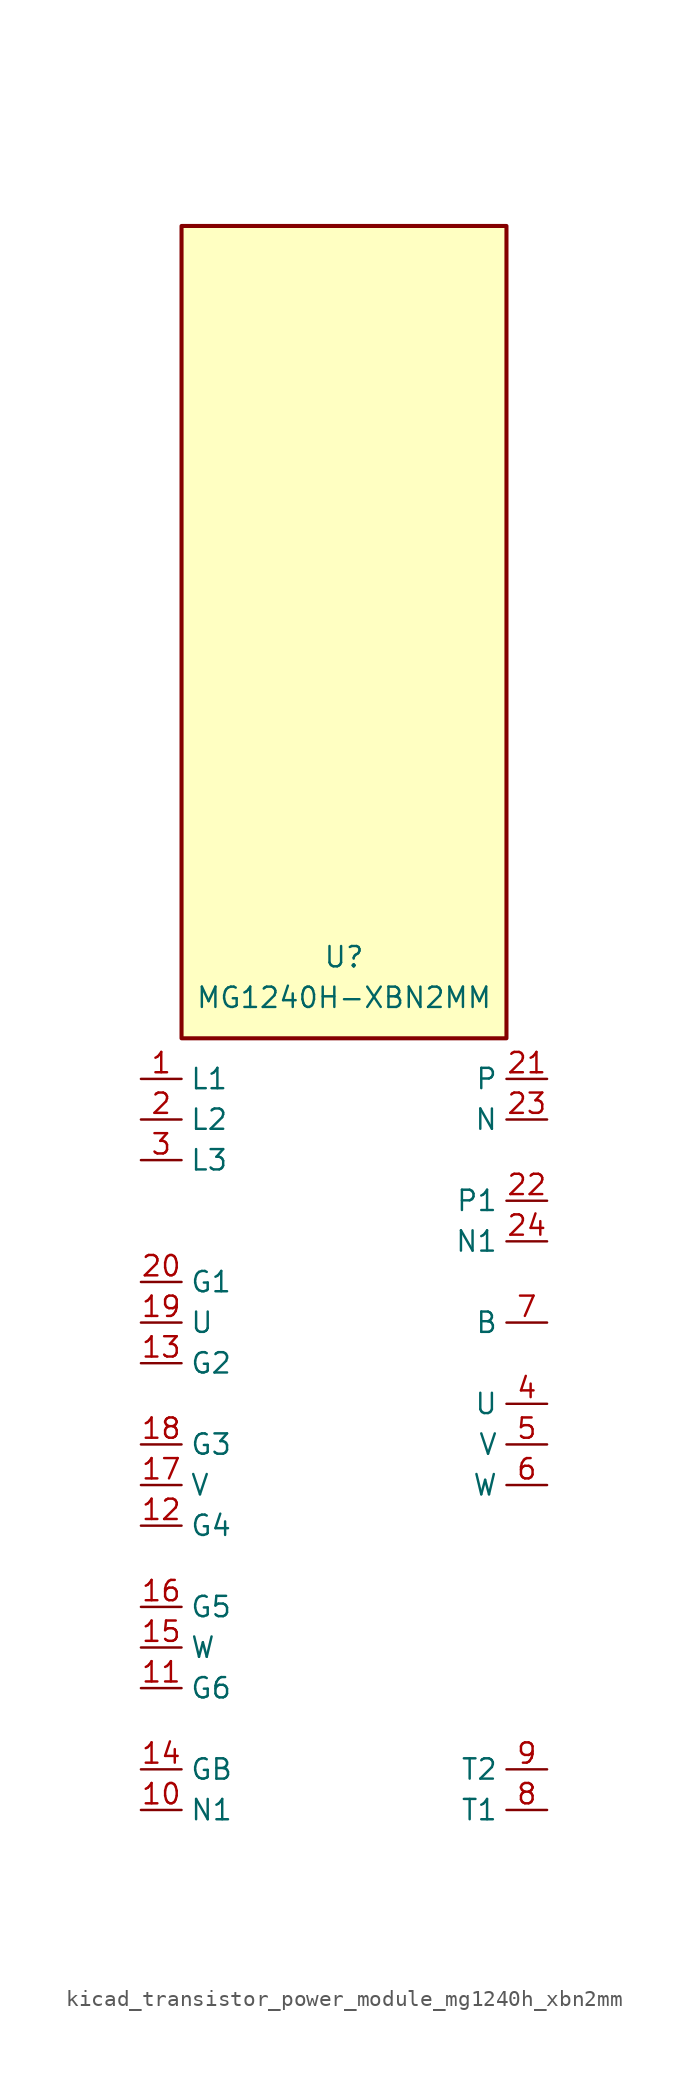
<source format=kicad_sym>
(kicad_symbol_lib
  (version 20220914)
  (generator kicad_symbol_editor)
  (symbol "kicad_transistor_power_module_mg1240h_xbn2mm"
    (property "Reference" "U"
      (at 0 30.48 0)
      (effects (font (size 1.27 1.27))))
    (property "Value" "MG1240H-XBN2MM"
      (at 0 27.94 0)
      (effects (font (size 1.27 1.27))))
    (symbol "kicad_transistor_power_module_mg1240h_xbn2mm_1_1"
      (rectangle (start 10.16 76.2) (end -10.16 25.4) (stroke (width 0.254) (type default)) (fill (type background)))
      (pin passive line (at -12.7 22.86 0) (length 2.54) (name "L1" (effects (font (size 1.27 1.27)))) (number "1" (effects (font (size 1.27 1.27)))))
      (pin passive line (at -12.7 -22.86 0) (length 2.54) (name "N1" (effects (font (size 1.27 1.27)))) (number "10" (effects (font (size 1.27 1.27)))))
      (pin passive line (at -12.7 -15.24 0) (length 2.54) (name "G6" (effects (font (size 1.27 1.27)))) (number "11" (effects (font (size 1.27 1.27)))))
      (pin passive line (at -12.7 -5.08 0) (length 2.54) (name "G4" (effects (font (size 1.27 1.27)))) (number "12" (effects (font (size 1.27 1.27)))))
      (pin passive line (at -12.7 5.08 0) (length 2.54) (name "G2" (effects (font (size 1.27 1.27)))) (number "13" (effects (font (size 1.27 1.27)))))
      (pin passive line (at -12.7 -20.32 0) (length 2.54) (name "GB" (effects (font (size 1.27 1.27)))) (number "14" (effects (font (size 1.27 1.27)))))
      (pin passive line (at -12.7 -12.7 0) (length 2.54) (name "W" (effects (font (size 1.27 1.27)))) (number "15" (effects (font (size 1.27 1.27)))))
      (pin passive line (at -12.7 -10.16 0) (length 2.54) (name "G5" (effects (font (size 1.27 1.27)))) (number "16" (effects (font (size 1.27 1.27)))))
      (pin passive line (at -12.7 -2.54 0) (length 2.54) (name "V" (effects (font (size 1.27 1.27)))) (number "17" (effects (font (size 1.27 1.27)))))
      (pin passive line (at -12.7 0 0) (length 2.54) (name "G3" (effects (font (size 1.27 1.27)))) (number "18" (effects (font (size 1.27 1.27)))))
      (pin passive line (at -12.7 7.62 0) (length 2.54) (name "U" (effects (font (size 1.27 1.27)))) (number "19" (effects (font (size 1.27 1.27)))))
      (pin passive line (at -12.7 20.32 0) (length 2.54) (name "L2" (effects (font (size 1.27 1.27)))) (number "2" (effects (font (size 1.27 1.27)))))
      (pin passive line (at -12.7 10.16 0) (length 2.54) (name "G1" (effects (font (size 1.27 1.27)))) (number "20" (effects (font (size 1.27 1.27)))))
      (pin passive line (at 12.7 22.86 180) (length 2.54) (name "P" (effects (font (size 1.27 1.27)))) (number "21" (effects (font (size 1.27 1.27)))))
      (pin passive line (at 12.7 15.24 180) (length 2.54) (name "P1" (effects (font (size 1.27 1.27)))) (number "22" (effects (font (size 1.27 1.27)))))
      (pin passive line (at 12.7 20.32 180) (length 2.54) (name "N" (effects (font (size 1.27 1.27)))) (number "23" (effects (font (size 1.27 1.27)))))
      (pin passive line (at 12.7 12.7 180) (length 2.54) (name "N1" (effects (font (size 1.27 1.27)))) (number "24" (effects (font (size 1.27 1.27)))))
      (pin passive line (at -12.7 17.78 0) (length 2.54) (name "L3" (effects (font (size 1.27 1.27)))) (number "3" (effects (font (size 1.27 1.27)))))
      (pin passive line (at 12.7 2.54 180) (length 2.54) (name "U" (effects (font (size 1.27 1.27)))) (number "4" (effects (font (size 1.27 1.27)))))
      (pin passive line (at 12.7 0 180) (length 2.54) (name "V" (effects (font (size 1.27 1.27)))) (number "5" (effects (font (size 1.27 1.27)))))
      (pin passive line (at 12.7 -2.54 180) (length 2.54) (name "W" (effects (font (size 1.27 1.27)))) (number "6" (effects (font (size 1.27 1.27)))))
      (pin passive line (at 12.7 7.62 180) (length 2.54) (name "B" (effects (font (size 1.27 1.27)))) (number "7" (effects (font (size 1.27 1.27)))))
      (pin passive line (at 12.7 -22.86 180) (length 2.54) (name "T1" (effects (font (size 1.27 1.27)))) (number "8" (effects (font (size 1.27 1.27)))))
      (pin passive line (at 12.7 -20.32 180) (length 2.54) (name "T2" (effects (font (size 1.27 1.27)))) (number "9" (effects (font (size 1.27 1.27))))))))
</source>
